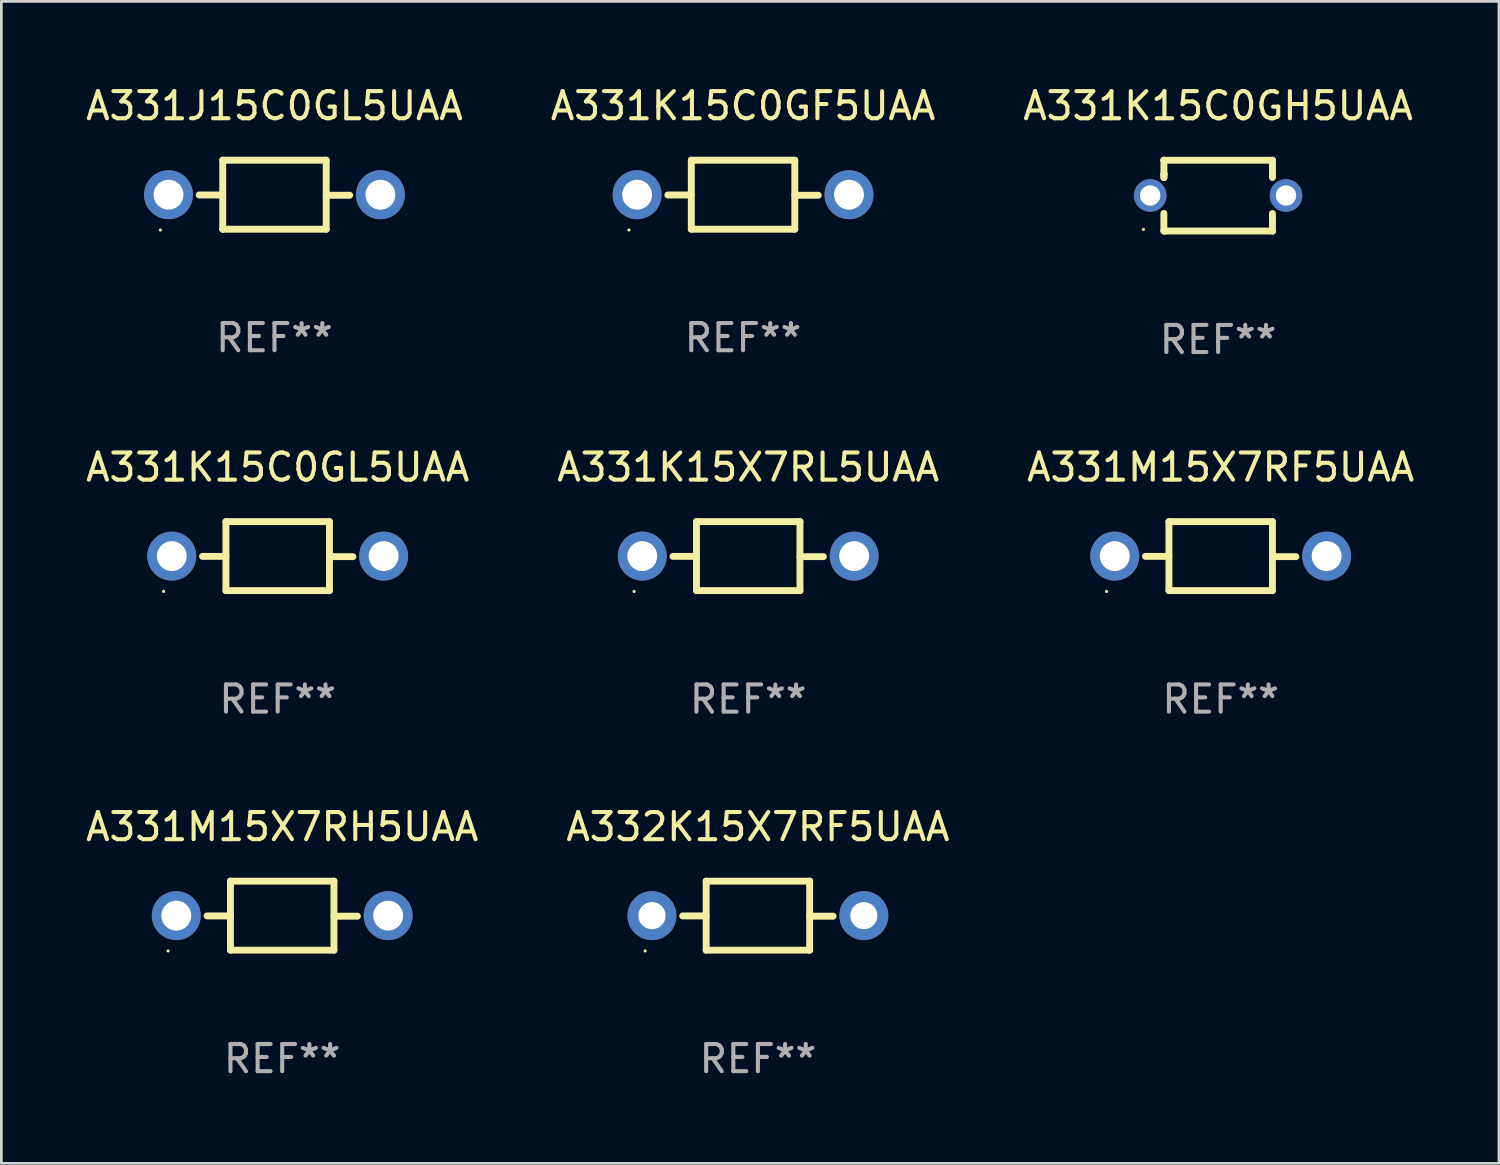
<source format=kicad_pcb>
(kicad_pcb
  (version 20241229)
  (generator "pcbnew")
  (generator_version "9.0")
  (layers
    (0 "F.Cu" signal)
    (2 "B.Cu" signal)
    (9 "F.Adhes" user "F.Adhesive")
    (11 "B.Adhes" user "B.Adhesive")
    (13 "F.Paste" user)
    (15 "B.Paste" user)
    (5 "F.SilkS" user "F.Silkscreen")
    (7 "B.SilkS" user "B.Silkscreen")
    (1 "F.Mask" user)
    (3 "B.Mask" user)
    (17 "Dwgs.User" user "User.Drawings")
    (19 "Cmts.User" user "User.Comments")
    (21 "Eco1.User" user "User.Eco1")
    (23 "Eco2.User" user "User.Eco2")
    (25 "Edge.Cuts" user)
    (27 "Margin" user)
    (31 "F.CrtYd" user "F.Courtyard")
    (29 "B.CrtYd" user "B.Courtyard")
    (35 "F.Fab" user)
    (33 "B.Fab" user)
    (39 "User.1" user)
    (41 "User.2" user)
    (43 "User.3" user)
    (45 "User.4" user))
  (footprint "A331K15C0GL5UAA"
    (layer "F.Cu")
    (at 7.173 17.422)
    (property "Reference" "A331K15C0GL5UAA" (at 0 -3.27 0) (layer "F.SilkS") (effects (font (size 1 1) (thickness 0.15))))
    (attr through_hole)
    (fp_line (start -1.905 -1.27) (end -1.905 1.27) (stroke (width 0.254) (type solid)) (layer "F.SilkS"))
    (fp_line (start -1.905 0.01) (end -2.769 0.01) (stroke (width 0.254) (type solid)) (layer "F.SilkS"))
    (fp_line (start -1.905 1.27) (end 1.905 1.27) (stroke (width 0.254) (type solid)) (layer "F.SilkS"))
    (fp_line (start 1.905 -1.27) (end -1.905 -1.27) (stroke (width 0.254) (type solid)) (layer "F.SilkS"))
    (fp_line (start 1.905 0.02) (end 2.769 0.02) (stroke (width 0.254) (type solid)) (layer "F.SilkS"))
    (fp_line (start 1.905 1.27) (end 1.905 -1.27) (stroke (width 0.254) (type solid)) (layer "F.SilkS"))
    (fp_circle (center -4.201 1.3) (end -4.171 1.3) (stroke (width 0.06) (type solid)) (fill no) (layer "F.SilkS"))
    (fp_text user "REF**" (at 0 5.27 0) (layer "F.Fab") (effects (font (size 1 1) (thickness 0.15))))
    (pad "1" thru_hole circle (at -3.9 0) (size 1.8 1.8) (drill 1.1) (layers "*.Cu" "*.Mask"))
    (pad "2" thru_hole circle (at 3.9 0) (size 1.8 1.8) (drill 1.1) (layers "*.Cu" "*.Mask")))
  (footprint "A331J15C0GL5UAA"
    (layer "F.Cu")
    (at 7.054 4.118)
    (property "Reference" "A331J15C0GL5UAA" (at 0 -3.27 0) (layer "F.SilkS") (effects (font (size 1 1) (thickness 0.15))))
    (attr through_hole)
    (fp_line (start -1.905 -1.27) (end -1.905 1.27) (stroke (width 0.254) (type solid)) (layer "F.SilkS"))
    (fp_line (start -1.905 0.01) (end -2.769 0.01) (stroke (width 0.254) (type solid)) (layer "F.SilkS"))
    (fp_line (start -1.905 1.27) (end 1.905 1.27) (stroke (width 0.254) (type solid)) (layer "F.SilkS"))
    (fp_line (start 1.905 -1.27) (end -1.905 -1.27) (stroke (width 0.254) (type solid)) (layer "F.SilkS"))
    (fp_line (start 1.905 0.02) (end 2.769 0.02) (stroke (width 0.254) (type solid)) (layer "F.SilkS"))
    (fp_line (start 1.905 1.27) (end 1.905 -1.27) (stroke (width 0.254) (type solid)) (layer "F.SilkS"))
    (fp_circle (center -4.201 1.3) (end -4.171 1.3) (stroke (width 0.06) (type solid)) (fill no) (layer "F.SilkS"))
    (fp_text user "REF**" (at 0 5.27 0) (layer "F.Fab") (effects (font (size 1 1) (thickness 0.15))))
    (pad "1" thru_hole circle (at -3.9 0) (size 1.8 1.8) (drill 1.1) (layers "*.Cu" "*.Mask"))
    (pad "2" thru_hole circle (at 3.9 0) (size 1.8 1.8) (drill 1.1) (layers "*.Cu" "*.Mask")))
  (footprint "A332K15X7RF5UAA"
    (layer "F.Cu")
    (at 24.851 30.658)
    (property "Reference" "A332K15X7RF5UAA" (at 0 -3.27 0) (layer "F.SilkS") (effects (font (size 1 1) (thickness 0.15))))
    (attr through_hole)
    (fp_line (start -1.905 -1.27) (end -1.905 1.27) (stroke (width 0.254) (type solid)) (layer "F.SilkS"))
    (fp_line (start -1.905 0.01) (end -2.769 0.01) (stroke (width 0.254) (type solid)) (layer "F.SilkS"))
    (fp_line (start -1.905 1.27) (end 1.905 1.27) (stroke (width 0.254) (type solid)) (layer "F.SilkS"))
    (fp_line (start 1.905 -1.27) (end -1.905 -1.27) (stroke (width 0.254) (type solid)) (layer "F.SilkS"))
    (fp_line (start 1.905 0.02) (end 2.769 0.02) (stroke (width 0.254) (type solid)) (layer "F.SilkS"))
    (fp_line (start 1.905 1.27) (end 1.905 -1.27) (stroke (width 0.254) (type solid)) (layer "F.SilkS"))
    (fp_circle (center -4.15 1.3) (end -4.12 1.3) (stroke (width 0.06) (type solid)) (fill no) (layer "F.SilkS"))
    (fp_text user "REF**" (at 0 5.27 0) (layer "F.Fab") (effects (font (size 1 1) (thickness 0.15))))
    (pad "1" thru_hole circle (at -3.9 0) (size 1.8 1.8) (drill 1) (layers "*.Cu" "*.Mask"))
    (pad "2" thru_hole circle (at 3.9 0) (size 1.8 1.8) (drill 1) (layers "*.Cu" "*.Mask")))
  (footprint "A331K15C0GF5UAA"
    (layer "F.Cu")
    (at 24.304 4.118)
    (property "Reference" "A331K15C0GF5UAA" (at 0 -3.27 0) (layer "F.SilkS") (effects (font (size 1 1) (thickness 0.15))))
    (attr through_hole)
    (fp_line (start -1.905 -1.27) (end -1.905 1.27) (stroke (width 0.254) (type solid)) (layer "F.SilkS"))
    (fp_line (start -1.905 0.01) (end -2.769 0.01) (stroke (width 0.254) (type solid)) (layer "F.SilkS"))
    (fp_line (start -1.905 1.27) (end 1.905 1.27) (stroke (width 0.254) (type solid)) (layer "F.SilkS"))
    (fp_line (start 1.905 -1.27) (end -1.905 -1.27) (stroke (width 0.254) (type solid)) (layer "F.SilkS"))
    (fp_line (start 1.905 0.02) (end 2.769 0.02) (stroke (width 0.254) (type solid)) (layer "F.SilkS"))
    (fp_line (start 1.905 1.27) (end 1.905 -1.27) (stroke (width 0.254) (type solid)) (layer "F.SilkS"))
    (fp_circle (center -4.201 1.3) (end -4.171 1.3) (stroke (width 0.06) (type solid)) (fill no) (layer "F.SilkS"))
    (fp_text user "REF**" (at 0 5.27 0) (layer "F.Fab") (effects (font (size 1 1) (thickness 0.15))))
    (pad "1" thru_hole circle (at -3.9 0) (size 1.8 1.8) (drill 1.1) (layers "*.Cu" "*.Mask"))
    (pad "2" thru_hole circle (at 3.9 0) (size 1.8 1.8) (drill 1.1) (layers "*.Cu" "*.Mask")))
  (footprint "A331K15C0GH5UAA"
    (layer "F.Cu")
    (at 41.792 4.152)
    (property "Reference" "A331K15C0GH5UAA" (at 0 -3.303 0) (layer "F.SilkS") (effects (font (size 1 1) (thickness 0.15))))
    (attr through_hole)
    (fp_line (start -1.996 -0.782) (end -1.983 -0.795) (stroke (width 0.254) (type solid)) (layer "F.SilkS"))
    (fp_line (start -1.996 -0.665) (end -1.996 -0.782) (stroke (width 0.254) (type solid)) (layer "F.SilkS"))
    (fp_line (start -1.996 1.297) (end -1.996 0.655) (stroke (width 0.254) (type solid)) (layer "F.SilkS"))
    (fp_line (start -1.996 -1.303) (end 2.001 -1.303) (stroke (width 0.254) (type solid)) (layer "F.SilkS"))
    (fp_line (start -1.995 -1.303) (end -1.996 -1.303) (stroke (width 0.254) (type solid)) (layer "F.SilkS"))
    (fp_line (start -1.995 -0.664) (end -1.995 -1.303) (stroke (width 0.254) (type solid)) (layer "F.SilkS"))
    (fp_line (start -1.99 1.303) (end -1.996 1.297) (stroke (width 0.254) (type solid)) (layer "F.SilkS"))
    (fp_line (start 2.001 -1.303) (end 2.001 -0.669) (stroke (width 0.254) (type solid)) (layer "F.SilkS"))
    (fp_line (start 2.001 0.659) (end 2.001 1.297) (stroke (width 0.254) (type solid)) (layer "F.SilkS"))
    (fp_line (start 2.001 1.297) (end 2.008 1.303) (stroke (width 0.254) (type solid)) (layer "F.SilkS"))
    (fp_line (start 2.008 1.303) (end -1.99 1.303) (stroke (width 0.254) (type solid)) (layer "F.SilkS"))
    (fp_circle (center -2.75 1.245) (end -2.72 1.245) (stroke (width 0.06) (type solid)) (fill no) (layer "F.SilkS"))
    (fp_text user "REF**" (at 0 5.303 0) (layer "F.Fab") (effects (font (size 1 1) (thickness 0.15))))
    (pad "1" thru_hole circle (at -2.5 -0.005) (size 1.2 1.2) (drill 0.75) (layers "*.Cu" "*.Mask"))
    (pad "2" thru_hole circle (at 2.5 -0.005) (size 1.2 1.2) (drill 0.75) (layers "*.Cu" "*.Mask")))
  (footprint "A331K15X7RL5UAA"
    (layer "F.Cu")
    (at 24.494 17.422)
    (property "Reference" "A331K15X7RL5UAA" (at 0 -3.27 0) (layer "F.SilkS") (effects (font (size 1 1) (thickness 0.15))))
    (attr through_hole)
    (fp_line (start -1.905 -1.27) (end -1.905 1.27) (stroke (width 0.254) (type solid)) (layer "F.SilkS"))
    (fp_line (start -1.905 0.01) (end -2.769 0.01) (stroke (width 0.254) (type solid)) (layer "F.SilkS"))
    (fp_line (start -1.905 1.27) (end 1.905 1.27) (stroke (width 0.254) (type solid)) (layer "F.SilkS"))
    (fp_line (start 1.905 -1.27) (end -1.905 -1.27) (stroke (width 0.254) (type solid)) (layer "F.SilkS"))
    (fp_line (start 1.905 0.02) (end 2.769 0.02) (stroke (width 0.254) (type solid)) (layer "F.SilkS"))
    (fp_line (start 1.905 1.27) (end 1.905 -1.27) (stroke (width 0.254) (type solid)) (layer "F.SilkS"))
    (fp_circle (center -4.201 1.3) (end -4.171 1.3) (stroke (width 0.06) (type solid)) (fill no) (layer "F.SilkS"))
    (fp_text user "REF**" (at 0 5.27 0) (layer "F.Fab") (effects (font (size 1 1) (thickness 0.15))))
    (pad "1" thru_hole circle (at -3.9 0) (size 1.8 1.8) (drill 1.1) (layers "*.Cu" "*.Mask"))
    (pad "2" thru_hole circle (at 3.9 0) (size 1.8 1.8) (drill 1.1) (layers "*.Cu" "*.Mask")))
  (footprint "A331M15X7RH5UAA"
    (layer "F.Cu")
    (at 7.339 30.658)
    (property "Reference" "A331M15X7RH5UAA" (at 0 -3.27 0) (layer "F.SilkS") (effects (font (size 1 1) (thickness 0.15))))
    (attr through_hole)
    (fp_line (start -1.905 -1.27) (end -1.905 1.27) (stroke (width 0.254) (type solid)) (layer "F.SilkS"))
    (fp_line (start -1.905 0.01) (end -2.769 0.01) (stroke (width 0.254) (type solid)) (layer "F.SilkS"))
    (fp_line (start -1.905 1.27) (end 1.905 1.27) (stroke (width 0.254) (type solid)) (layer "F.SilkS"))
    (fp_line (start 1.905 -1.27) (end -1.905 -1.27) (stroke (width 0.254) (type solid)) (layer "F.SilkS"))
    (fp_line (start 1.905 0.02) (end 2.769 0.02) (stroke (width 0.254) (type solid)) (layer "F.SilkS"))
    (fp_line (start 1.905 1.27) (end 1.905 -1.27) (stroke (width 0.254) (type solid)) (layer "F.SilkS"))
    (fp_circle (center -4.201 1.3) (end -4.171 1.3) (stroke (width 0.06) (type solid)) (fill no) (layer "F.SilkS"))
    (fp_text user "REF**" (at 0 5.27 0) (layer "F.Fab") (effects (font (size 1 1) (thickness 0.15))))
    (pad "1" thru_hole circle (at -3.9 0) (size 1.8 1.8) (drill 1.1) (layers "*.Cu" "*.Mask"))
    (pad "2" thru_hole circle (at 3.9 0) (size 1.8 1.8) (drill 1.1) (layers "*.Cu" "*.Mask")))
  (footprint "A331M15X7RF5UAA"
    (layer "F.Cu")
    (at 41.887 17.422)
    (property "Reference" "A331M15X7RF5UAA" (at 0 -3.27 0) (layer "F.SilkS") (effects (font (size 1 1) (thickness 0.15))))
    (attr through_hole)
    (fp_line (start -1.905 -1.27) (end -1.905 1.27) (stroke (width 0.254) (type solid)) (layer "F.SilkS"))
    (fp_line (start -1.905 0.01) (end -2.769 0.01) (stroke (width 0.254) (type solid)) (layer "F.SilkS"))
    (fp_line (start -1.905 1.27) (end 1.905 1.27) (stroke (width 0.254) (type solid)) (layer "F.SilkS"))
    (fp_line (start 1.905 -1.27) (end -1.905 -1.27) (stroke (width 0.254) (type solid)) (layer "F.SilkS"))
    (fp_line (start 1.905 0.02) (end 2.769 0.02) (stroke (width 0.254) (type solid)) (layer "F.SilkS"))
    (fp_line (start 1.905 1.27) (end 1.905 -1.27) (stroke (width 0.254) (type solid)) (layer "F.SilkS"))
    (fp_circle (center -4.201 1.3) (end -4.171 1.3) (stroke (width 0.06) (type solid)) (fill no) (layer "F.SilkS"))
    (fp_text user "REF**" (at 0 5.27 0) (layer "F.Fab") (effects (font (size 1 1) (thickness 0.15))))
    (pad "1" thru_hole circle (at -3.9 0) (size 1.8 1.8) (drill 1.1) (layers "*.Cu" "*.Mask"))
    (pad "2" thru_hole circle (at 3.9 0) (size 1.8 1.8) (drill 1.1) (layers "*.Cu" "*.Mask")))
  (gr_rect
    (start -3 -3)
    (end 52.131 39.776)
    (stroke (width 0.1) (type default))
    (fill no)
    (layer "Edge.Cuts")))
</source>
